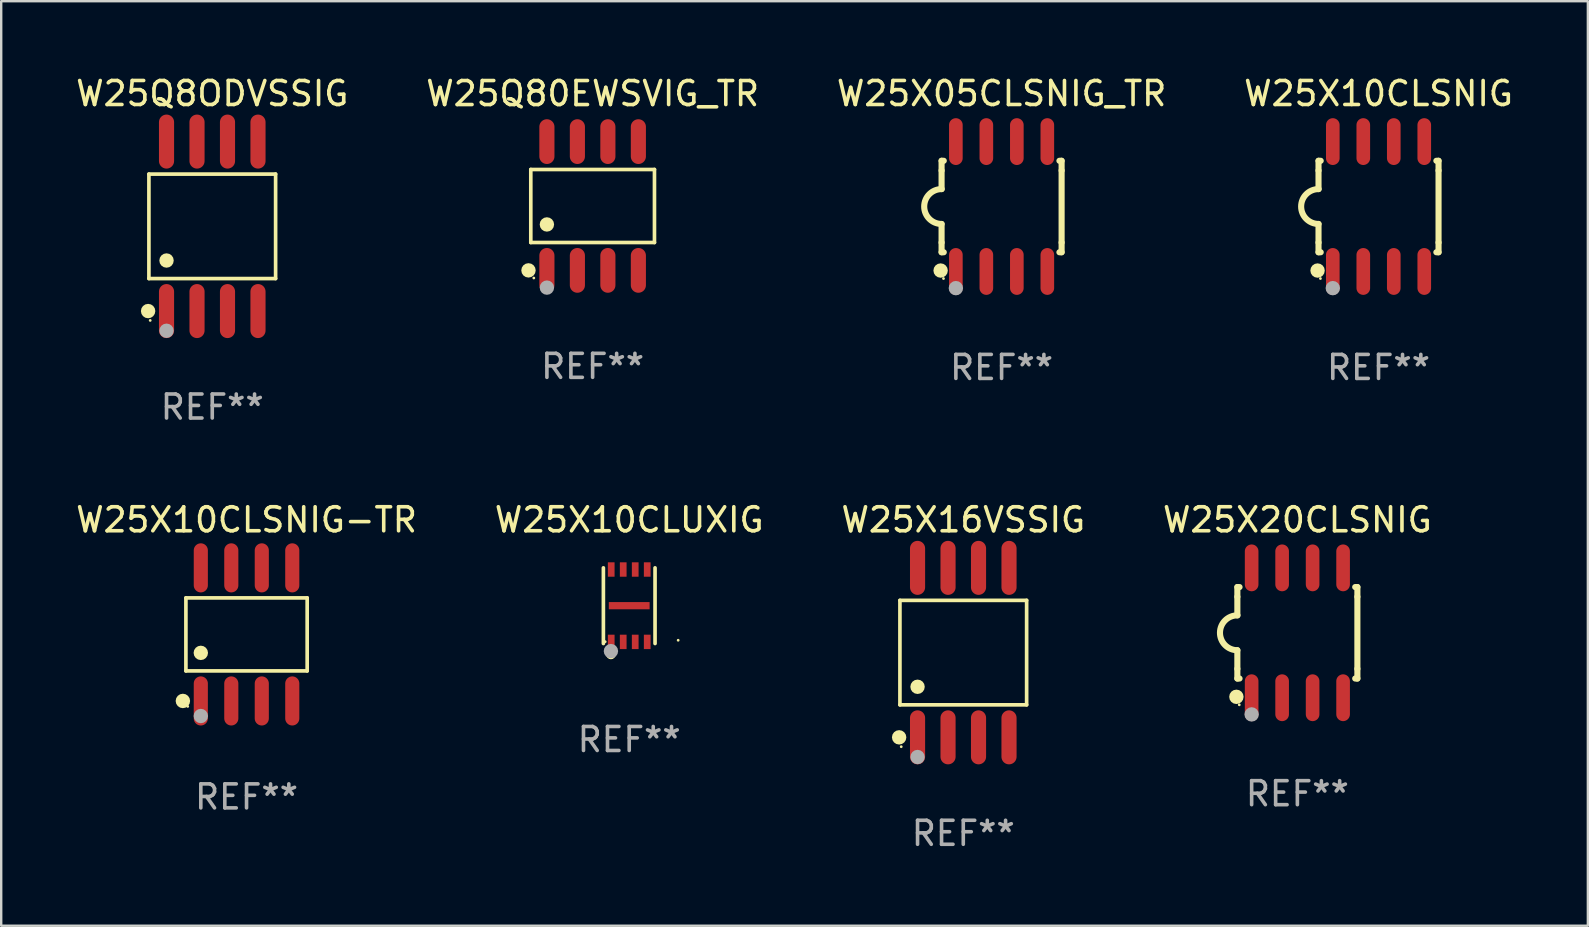
<source format=kicad_pcb>
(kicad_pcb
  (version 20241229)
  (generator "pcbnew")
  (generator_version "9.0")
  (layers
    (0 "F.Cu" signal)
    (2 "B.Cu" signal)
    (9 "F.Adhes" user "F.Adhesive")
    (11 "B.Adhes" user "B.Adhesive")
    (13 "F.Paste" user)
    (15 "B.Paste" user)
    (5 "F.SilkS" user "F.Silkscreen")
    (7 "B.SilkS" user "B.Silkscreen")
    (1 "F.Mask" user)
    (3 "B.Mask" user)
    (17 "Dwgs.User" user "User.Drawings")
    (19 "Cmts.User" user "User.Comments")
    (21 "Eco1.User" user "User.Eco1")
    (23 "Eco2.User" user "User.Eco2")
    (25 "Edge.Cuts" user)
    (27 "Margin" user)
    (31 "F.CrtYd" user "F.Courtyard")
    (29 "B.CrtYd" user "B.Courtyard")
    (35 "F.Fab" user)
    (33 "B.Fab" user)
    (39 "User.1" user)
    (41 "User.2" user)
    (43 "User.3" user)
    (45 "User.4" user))
  (footprint "W25X16VSSIG"
    (layer "F.Cu")
    (at 37.077 24.135)
    (property "Reference" "W25X16VSSIG" (at 0 -5.53 0) (layer "F.SilkS") (effects (font (size 1 1) (thickness 0.15))))
    (attr through_hole)
    (fp_line (start -2.639 -2.176) (end 2.639 -2.176) (stroke (width 0.152) (type solid)) (layer "F.SilkS"))
    (fp_line (start -2.639 2.176) (end -2.639 -2.176) (stroke (width 0.152) (type solid)) (layer "F.SilkS"))
    (fp_line (start 2.639 -2.176) (end 2.639 2.176) (stroke (width 0.152) (type solid)) (layer "F.SilkS"))
    (fp_line (start 2.639 2.176) (end -2.639 2.176) (stroke (width 0.152) (type solid)) (layer "F.SilkS"))
    (fp_circle (center -2.672 3.53) (end -2.522 3.53) (stroke (width 0.3) (type solid)) (fill no) (layer "F.SilkS"))
    (fp_circle (center -2.585 3.92) (end -2.555 3.92) (stroke (width 0.06) (type solid)) (fill no) (layer "F.SilkS"))
    (fp_circle (center -1.905 1.424) (end -1.755 1.424) (stroke (width 0.3) (type solid)) (fill no) (layer "F.SilkS"))
    (fp_circle (center -1.905 4.35) (end -1.755 4.35) (stroke (width 0.3) (type solid)) (fill no) (layer "F.Fab"))
    (fp_text user "REF**" (at 0 7.53 0) (layer "F.Fab") (effects (font (size 1 1) (thickness 0.15))))
    (pad "1" smd oval (at -1.905 3.53) (size 0.63 2.25) (layers "F.Cu" "F.Mask" "F.Paste"))
    (pad "2" smd oval (at -0.635 3.53) (size 0.63 2.25) (layers "F.Cu" "F.Mask" "F.Paste"))
    (pad "3" smd oval (at 0.635 3.53) (size 0.63 2.25) (layers "F.Cu" "F.Mask" "F.Paste"))
    (pad "4" smd oval (at 1.905 3.53) (size 0.63 2.25) (layers "F.Cu" "F.Mask" "F.Paste"))
    (pad "5" smd oval (at 1.905 -3.53) (size 0.63 2.25) (layers "F.Cu" "F.Mask" "F.Paste"))
    (pad "6" smd oval (at 0.635 -3.53) (size 0.63 2.25) (layers "F.Cu" "F.Mask" "F.Paste"))
    (pad "7" smd oval (at -0.635 -3.53) (size 0.63 2.25) (layers "F.Cu" "F.Mask" "F.Paste"))
    (pad "8" smd oval (at -1.905 -3.53) (size 0.63 2.25) (layers "F.Cu" "F.Mask" "F.Paste")))
  (footprint "W25Q80EWSVIG_TR"
    (layer "F.Cu")
    (at 21.637 5.531)
    (property "Reference" "W25Q80EWSVIG_TR" (at 0 -4.682 0) (layer "F.SilkS") (effects (font (size 1 1) (thickness 0.15))))
    (attr through_hole)
    (fp_line (start -2.576 -1.521) (end 2.576 -1.521) (stroke (width 0.152) (type solid)) (layer "F.SilkS"))
    (fp_line (start -2.576 1.521) (end -2.576 -1.521) (stroke (width 0.152) (type solid)) (layer "F.SilkS"))
    (fp_line (start 2.576 -1.521) (end 2.576 1.521) (stroke (width 0.152) (type solid)) (layer "F.SilkS"))
    (fp_line (start 2.576 1.521) (end -2.576 1.521) (stroke (width 0.152) (type solid)) (layer "F.SilkS"))
    (fp_circle (center -2.672 2.682) (end -2.522 2.682) (stroke (width 0.3) (type solid)) (fill no) (layer "F.SilkS"))
    (fp_circle (center -2.45 3) (end -2.42 3) (stroke (width 0.06) (type solid)) (fill no) (layer "F.SilkS"))
    (fp_circle (center -1.905 0.769) (end -1.755 0.769) (stroke (width 0.3) (type solid)) (fill no) (layer "F.SilkS"))
    (fp_circle (center -1.905 3.4) (end -1.755 3.4) (stroke (width 0.3) (type solid)) (fill no) (layer "F.Fab"))
    (fp_text user "REF**" (at 0 6.682 0) (layer "F.Fab") (effects (font (size 1 1) (thickness 0.15))))
    (pad "1" smd oval (at -1.905 2.682) (size 0.63 1.865) (layers "F.Cu" "F.Mask" "F.Paste"))
    (pad "2" smd oval (at -0.635 2.682) (size 0.63 1.865) (layers "F.Cu" "F.Mask" "F.Paste"))
    (pad "3" smd oval (at 0.635 2.682) (size 0.63 1.865) (layers "F.Cu" "F.Mask" "F.Paste"))
    (pad "4" smd oval (at 1.905 2.682) (size 0.63 1.865) (layers "F.Cu" "F.Mask" "F.Paste"))
    (pad "5" smd oval (at 1.905 -2.682) (size 0.63 1.865) (layers "F.Cu" "F.Mask" "F.Paste"))
    (pad "6" smd oval (at 0.635 -2.682) (size 0.63 1.865) (layers "F.Cu" "F.Mask" "F.Paste"))
    (pad "7" smd oval (at -0.635 -2.682) (size 0.63 1.865) (layers "F.Cu" "F.Mask" "F.Paste"))
    (pad "8" smd oval (at -1.905 -2.682) (size 0.63 1.865) (layers "F.Cu" "F.Mask" "F.Paste")))
  (footprint "W25X10CLSNIG-TR"
    (layer "F.Cu")
    (at 7.22 23.377)
    (property "Reference" "W25X10CLSNIG-TR" (at 0 -4.772 0) (layer "F.SilkS") (effects (font (size 1 1) (thickness 0.15))))
    (attr through_hole)
    (fp_line (start -2.526 -1.521) (end 2.526 -1.521) (stroke (width 0.152) (type solid)) (layer "F.SilkS"))
    (fp_line (start -2.526 1.521) (end -2.526 -1.521) (stroke (width 0.152) (type solid)) (layer "F.SilkS"))
    (fp_line (start 2.526 -1.521) (end 2.526 1.521) (stroke (width 0.152) (type solid)) (layer "F.SilkS"))
    (fp_line (start 2.526 1.521) (end -2.526 1.521) (stroke (width 0.152) (type solid)) (layer "F.SilkS"))
    (fp_circle (center -2.652 2.772) (end -2.501 2.772) (stroke (width 0.3) (type solid)) (fill no) (layer "F.SilkS"))
    (fp_circle (center -2.45 3) (end -2.42 3) (stroke (width 0.06) (type solid)) (fill no) (layer "F.SilkS"))
    (fp_circle (center -1.905 0.769) (end -1.755 0.769) (stroke (width 0.3) (type solid)) (fill no) (layer "F.SilkS"))
    (fp_circle (center -1.905 3.4) (end -1.755 3.4) (stroke (width 0.3) (type solid)) (fill no) (layer "F.Fab"))
    (fp_text user "REF**" (at 0 6.772 0) (layer "F.Fab") (effects (font (size 1 1) (thickness 0.15))))
    (pad "1" smd oval (at -1.905 2.772) (size 0.588 2.045) (layers "F.Cu" "F.Mask" "F.Paste"))
    (pad "2" smd oval (at -0.635 2.772) (size 0.588 2.045) (layers "F.Cu" "F.Mask" "F.Paste"))
    (pad "3" smd oval (at 0.635 2.772) (size 0.588 2.045) (layers "F.Cu" "F.Mask" "F.Paste"))
    (pad "4" smd oval (at 1.905 2.772) (size 0.588 2.045) (layers "F.Cu" "F.Mask" "F.Paste"))
    (pad "5" smd oval (at 1.905 -2.772) (size 0.588 2.045) (layers "F.Cu" "F.Mask" "F.Paste"))
    (pad "6" smd oval (at 0.635 -2.772) (size 0.588 2.045) (layers "F.Cu" "F.Mask" "F.Paste"))
    (pad "7" smd oval (at -0.635 -2.772) (size 0.588 2.045) (layers "F.Cu" "F.Mask" "F.Paste"))
    (pad "8" smd oval (at -1.905 -2.772) (size 0.588 2.045) (layers "F.Cu" "F.Mask" "F.Paste")))
  (footprint "W25Q8ODVSSIG"
    (layer "F.Cu")
    (at 5.792 6.378)
    (property "Reference" "W25Q8ODVSSIG" (at 0 -5.53 0) (layer "F.SilkS") (effects (font (size 1 1) (thickness 0.15))))
    (attr through_hole)
    (fp_line (start -2.639 -2.176) (end 2.639 -2.176) (stroke (width 0.152) (type solid)) (layer "F.SilkS"))
    (fp_line (start -2.639 2.176) (end -2.639 -2.176) (stroke (width 0.152) (type solid)) (layer "F.SilkS"))
    (fp_line (start 2.639 -2.176) (end 2.639 2.176) (stroke (width 0.152) (type solid)) (layer "F.SilkS"))
    (fp_line (start 2.639 2.176) (end -2.639 2.176) (stroke (width 0.152) (type solid)) (layer "F.SilkS"))
    (fp_circle (center -2.672 3.53) (end -2.522 3.53) (stroke (width 0.3) (type solid)) (fill no) (layer "F.SilkS"))
    (fp_circle (center -2.585 3.92) (end -2.555 3.92) (stroke (width 0.06) (type solid)) (fill no) (layer "F.SilkS"))
    (fp_circle (center -1.905 1.424) (end -1.755 1.424) (stroke (width 0.3) (type solid)) (fill no) (layer "F.SilkS"))
    (fp_circle (center -1.905 4.35) (end -1.755 4.35) (stroke (width 0.3) (type solid)) (fill no) (layer "F.Fab"))
    (fp_text user "REF**" (at 0 7.53 0) (layer "F.Fab") (effects (font (size 1 1) (thickness 0.15))))
    (pad "1" smd oval (at -1.905 3.53) (size 0.63 2.25) (layers "F.Cu" "F.Mask" "F.Paste"))
    (pad "2" smd oval (at -0.635 3.53) (size 0.63 2.25) (layers "F.Cu" "F.Mask" "F.Paste"))
    (pad "3" smd oval (at 0.635 3.53) (size 0.63 2.25) (layers "F.Cu" "F.Mask" "F.Paste"))
    (pad "4" smd oval (at 1.905 3.53) (size 0.63 2.25) (layers "F.Cu" "F.Mask" "F.Paste"))
    (pad "5" smd oval (at 1.905 -3.53) (size 0.63 2.25) (layers "F.Cu" "F.Mask" "F.Paste"))
    (pad "6" smd oval (at 0.635 -3.53) (size 0.63 2.25) (layers "F.Cu" "F.Mask" "F.Paste"))
    (pad "7" smd oval (at -0.635 -3.53) (size 0.63 2.25) (layers "F.Cu" "F.Mask" "F.Paste"))
    (pad "8" smd oval (at -1.905 -3.53) (size 0.63 2.25) (layers "F.Cu" "F.Mask" "F.Paste")))
  (footprint "W25X10CLSNIG"
    (layer "F.Cu")
    (at 54.375 5.553)
    (property "Reference" "W25X10CLSNIG" (at 0 -4.705 0) (layer "F.SilkS") (effects (font (size 1 1) (thickness 0.15))))
    (attr through_hole)
    (fp_line (start -2.5 -1.905) (end -2.409 -1.905) (stroke (width 0.254) (type solid)) (layer "F.SilkS"))
    (fp_line (start -2.5 -1.5) (end -2.5 -1.905) (stroke (width 0.254) (type solid)) (layer "F.SilkS"))
    (fp_line (start -2.5 -1.5) (end -2.5 -0.726) (stroke (width 0.254) (type solid)) (layer "F.SilkS"))
    (fp_line (start -2.5 1.5) (end -2.5 0.727) (stroke (width 0.254) (type solid)) (layer "F.SilkS"))
    (fp_line (start -2.5 1.5) (end -2.5 1.905) (stroke (width 0.254) (type solid)) (layer "F.SilkS"))
    (fp_line (start -2.5 1.905) (end -2.409 1.905) (stroke (width 0.254) (type solid)) (layer "F.SilkS"))
    (fp_line (start 2.5 -1.905) (end 2.409 -1.905) (stroke (width 0.254) (type solid)) (layer "F.SilkS"))
    (fp_line (start 2.5 -1.5) (end 2.5 -1.905) (stroke (width 0.254) (type solid)) (layer "F.SilkS"))
    (fp_line (start 2.5 -1.5) (end 2.5 1.5) (stroke (width 0.254) (type solid)) (layer "F.SilkS"))
    (fp_line (start 2.5 1.5) (end 2.5 1.905) (stroke (width 0.254) (type solid)) (layer "F.SilkS"))
    (fp_line (start 2.5 1.905) (end 2.409 1.905) (stroke (width 0.254) (type solid)) (layer "F.SilkS"))
    (fp_arc (start -2.5 0.726568) (mid -3.220316 -0.0023) (end -2.495097 -0.726289) (stroke (width 0.254001) (type solid)) (layer "F.SilkS"))
    (fp_circle (center -2.54 2.667) (end -2.39 2.667) (stroke (width 0.3) (type solid)) (fill no) (layer "F.SilkS"))
    (fp_circle (center -2.42 3) (end -2.39 3) (stroke (width 0.06) (type solid)) (fill no) (layer "F.SilkS"))
    (fp_circle (center -1.905 3.4) (end -1.755 3.4) (stroke (width 0.3) (type solid)) (fill no) (layer "F.Fab"))
    (fp_text user "REF**" (at 0 6.705 0) (layer "F.Fab") (effects (font (size 1 1) (thickness 0.15))))
    (pad "1" smd oval (at -1.905 2.705) (size 0.568 1.95) (layers "F.Cu" "F.Mask" "F.Paste"))
    (pad "2" smd oval (at -0.635 2.705) (size 0.568 1.95) (layers "F.Cu" "F.Mask" "F.Paste"))
    (pad "3" smd oval (at 0.635 2.705) (size 0.568 1.95) (layers "F.Cu" "F.Mask" "F.Paste"))
    (pad "4" smd oval (at 1.905 2.705) (size 0.568 1.95) (layers "F.Cu" "F.Mask" "F.Paste"))
    (pad "5" smd oval (at 1.905 -2.705) (size 0.568 1.95) (layers "F.Cu" "F.Mask" "F.Paste"))
    (pad "6" smd oval (at 0.635 -2.705) (size 0.568 1.95) (layers "F.Cu" "F.Mask" "F.Paste"))
    (pad "7" smd oval (at -0.635 -2.705) (size 0.568 1.95) (layers "F.Cu" "F.Mask" "F.Paste"))
    (pad "8" smd oval (at -1.905 -2.705) (size 0.568 1.95) (layers "F.Cu" "F.Mask" "F.Paste")))
  (footprint "W25X05CLSNIG_TR"
    (layer "F.Cu")
    (at 38.673 5.553)
    (property "Reference" "W25X05CLSNIG_TR" (at 0 -4.705 0) (layer "F.SilkS") (effects (font (size 1 1) (thickness 0.15))))
    (attr through_hole)
    (fp_line (start -2.5 -1.905) (end -2.409 -1.905) (stroke (width 0.254) (type solid)) (layer "F.SilkS"))
    (fp_line (start -2.5 -1.5) (end -2.5 -1.905) (stroke (width 0.254) (type solid)) (layer "F.SilkS"))
    (fp_line (start -2.5 -1.5) (end -2.5 -0.726) (stroke (width 0.254) (type solid)) (layer "F.SilkS"))
    (fp_line (start -2.5 1.5) (end -2.5 0.727) (stroke (width 0.254) (type solid)) (layer "F.SilkS"))
    (fp_line (start -2.5 1.5) (end -2.5 1.905) (stroke (width 0.254) (type solid)) (layer "F.SilkS"))
    (fp_line (start -2.5 1.905) (end -2.409 1.905) (stroke (width 0.254) (type solid)) (layer "F.SilkS"))
    (fp_line (start 2.5 -1.905) (end 2.409 -1.905) (stroke (width 0.254) (type solid)) (layer "F.SilkS"))
    (fp_line (start 2.5 -1.5) (end 2.5 -1.905) (stroke (width 0.254) (type solid)) (layer "F.SilkS"))
    (fp_line (start 2.5 -1.5) (end 2.5 1.5) (stroke (width 0.254) (type solid)) (layer "F.SilkS"))
    (fp_line (start 2.5 1.5) (end 2.5 1.905) (stroke (width 0.254) (type solid)) (layer "F.SilkS"))
    (fp_line (start 2.5 1.905) (end 2.409 1.905) (stroke (width 0.254) (type solid)) (layer "F.SilkS"))
    (fp_arc (start -2.5 0.726568) (mid -3.220316 -0.0023) (end -2.495097 -0.726289) (stroke (width 0.254001) (type solid)) (layer "F.SilkS"))
    (fp_circle (center -2.54 2.667) (end -2.39 2.667) (stroke (width 0.3) (type solid)) (fill no) (layer "F.SilkS"))
    (fp_circle (center -2.42 3) (end -2.39 3) (stroke (width 0.06) (type solid)) (fill no) (layer "F.SilkS"))
    (fp_circle (center -1.905 3.4) (end -1.755 3.4) (stroke (width 0.3) (type solid)) (fill no) (layer "F.Fab"))
    (fp_text user "REF**" (at 0 6.705 0) (layer "F.Fab") (effects (font (size 1 1) (thickness 0.15))))
    (pad "1" smd oval (at -1.905 2.705) (size 0.568 1.95) (layers "F.Cu" "F.Mask" "F.Paste"))
    (pad "2" smd oval (at -0.635 2.705) (size 0.568 1.95) (layers "F.Cu" "F.Mask" "F.Paste"))
    (pad "3" smd oval (at 0.635 2.705) (size 0.568 1.95) (layers "F.Cu" "F.Mask" "F.Paste"))
    (pad "4" smd oval (at 1.905 2.705) (size 0.568 1.95) (layers "F.Cu" "F.Mask" "F.Paste"))
    (pad "5" smd oval (at 1.905 -2.705) (size 0.568 1.95) (layers "F.Cu" "F.Mask" "F.Paste"))
    (pad "6" smd oval (at 0.635 -2.705) (size 0.568 1.95) (layers "F.Cu" "F.Mask" "F.Paste"))
    (pad "7" smd oval (at -0.635 -2.705) (size 0.568 1.95) (layers "F.Cu" "F.Mask" "F.Paste"))
    (pad "8" smd oval (at -1.905 -2.705) (size 0.568 1.95) (layers "F.Cu" "F.Mask" "F.Paste")))
  (footprint "W25X20CLSNIG"
    (layer "F.Cu")
    (at 50.994 23.31)
    (property "Reference" "W25X20CLSNIG" (at 0 -4.705 0) (layer "F.SilkS") (effects (font (size 1 1) (thickness 0.15))))
    (attr through_hole)
    (fp_line (start -2.5 -1.905) (end -2.409 -1.905) (stroke (width 0.254) (type solid)) (layer "F.SilkS"))
    (fp_line (start -2.5 -1.5) (end -2.5 -1.905) (stroke (width 0.254) (type solid)) (layer "F.SilkS"))
    (fp_line (start -2.5 -1.5) (end -2.5 -0.726) (stroke (width 0.254) (type solid)) (layer "F.SilkS"))
    (fp_line (start -2.5 1.5) (end -2.5 0.727) (stroke (width 0.254) (type solid)) (layer "F.SilkS"))
    (fp_line (start -2.5 1.5) (end -2.5 1.905) (stroke (width 0.254) (type solid)) (layer "F.SilkS"))
    (fp_line (start -2.5 1.905) (end -2.409 1.905) (stroke (width 0.254) (type solid)) (layer "F.SilkS"))
    (fp_line (start 2.5 -1.905) (end 2.409 -1.905) (stroke (width 0.254) (type solid)) (layer "F.SilkS"))
    (fp_line (start 2.5 -1.5) (end 2.5 -1.905) (stroke (width 0.254) (type solid)) (layer "F.SilkS"))
    (fp_line (start 2.5 -1.5) (end 2.5 1.5) (stroke (width 0.254) (type solid)) (layer "F.SilkS"))
    (fp_line (start 2.5 1.5) (end 2.5 1.905) (stroke (width 0.254) (type solid)) (layer "F.SilkS"))
    (fp_line (start 2.5 1.905) (end 2.409 1.905) (stroke (width 0.254) (type solid)) (layer "F.SilkS"))
    (fp_arc (start -2.5 0.726568) (mid -3.220316 -0.0023) (end -2.495097 -0.726289) (stroke (width 0.254001) (type solid)) (layer "F.SilkS"))
    (fp_circle (center -2.54 2.667) (end -2.39 2.667) (stroke (width 0.3) (type solid)) (fill no) (layer "F.SilkS"))
    (fp_circle (center -2.42 3) (end -2.39 3) (stroke (width 0.06) (type solid)) (fill no) (layer "F.SilkS"))
    (fp_circle (center -1.905 3.4) (end -1.755 3.4) (stroke (width 0.3) (type solid)) (fill no) (layer "F.Fab"))
    (fp_text user "REF**" (at 0 6.705 0) (layer "F.Fab") (effects (font (size 1 1) (thickness 0.15))))
    (pad "1" smd oval (at -1.905 2.705) (size 0.568 1.95) (layers "F.Cu" "F.Mask" "F.Paste"))
    (pad "2" smd oval (at -0.635 2.705) (size 0.568 1.95) (layers "F.Cu" "F.Mask" "F.Paste"))
    (pad "3" smd oval (at 0.635 2.705) (size 0.568 1.95) (layers "F.Cu" "F.Mask" "F.Paste"))
    (pad "4" smd oval (at 1.905 2.705) (size 0.568 1.95) (layers "F.Cu" "F.Mask" "F.Paste"))
    (pad "5" smd oval (at 1.905 -2.705) (size 0.568 1.95) (layers "F.Cu" "F.Mask" "F.Paste"))
    (pad "6" smd oval (at 0.635 -2.705) (size 0.568 1.95) (layers "F.Cu" "F.Mask" "F.Paste"))
    (pad "7" smd oval (at -0.635 -2.705) (size 0.568 1.95) (layers "F.Cu" "F.Mask" "F.Paste"))
    (pad "8" smd oval (at -1.905 -2.705) (size 0.568 1.95) (layers "F.Cu" "F.Mask" "F.Paste")))
  (footprint "W25X10CLUXIG"
    (layer "F.Cu")
    (at 23.161 22.181)
    (property "Reference" "W25X10CLUXIG" (at 0 -3.576 0) (layer "F.SilkS") (effects (font (size 1 1) (thickness 0.15))))
    (attr through_hole)
    (fp_line (start -1.076 -1.576) (end -1.076 1.576) (stroke (width 0.152) (type solid)) (layer "F.SilkS"))
    (fp_line (start 1.076 1.576) (end 1.076 -1.576) (stroke (width 0.152) (type solid)) (layer "F.SilkS"))
    (fp_circle (center -1 1.5) (end -0.97 1.5) (stroke (width 0.06) (type solid)) (fill no) (layer "F.SilkS"))
    (fp_circle (center -0.762 2.032) (end -0.662 2.032) (stroke (width 0.2) (type solid)) (fill no) (layer "F.SilkS"))
    (fp_circle (center 2.039 1.44) (end 2.069 1.44) (stroke (width 0.06) (type solid)) (fill no) (layer "F.SilkS"))
    (fp_circle (center -0.762 1.892) (end -0.612 1.892) (stroke (width 0.3) (type solid)) (fill no) (layer "F.Fab"))
    (fp_text user "REF**" (at 0 5.576 0) (layer "F.Fab") (effects (font (size 1 1) (thickness 0.15))))
    (pad "1" smd rect (at -0.75 1.508 270) (size 0.6 0.28) (layers "F.Cu" "F.Mask" "F.Paste"))
    (pad "2" smd rect (at -0.25 1.508 270) (size 0.6 0.28) (layers "F.Cu" "F.Mask" "F.Paste"))
    (pad "3" smd rect (at 0.25 1.508 270) (size 0.6 0.28) (layers "F.Cu" "F.Mask" "F.Paste"))
    (pad "4" smd rect (at 0.75 1.508 270) (size 0.6 0.28) (layers "F.Cu" "F.Mask" "F.Paste"))
    (pad "5" smd rect (at 0.75 -1.507 270) (size 0.6 0.28) (layers "F.Cu" "F.Mask" "F.Paste"))
    (pad "6" smd rect (at 0.25 -1.507 270) (size 0.6 0.28) (layers "F.Cu" "F.Mask" "F.Paste"))
    (pad "7" smd rect (at -0.25 -1.507 270) (size 0.6 0.28) (layers "F.Cu" "F.Mask" "F.Paste"))
    (pad "8" smd rect (at -0.75 -1.507 270) (size 0.6 0.28) (layers "F.Cu" "F.Mask" "F.Paste"))
    (pad "9" smd rect (at -0.000089 0.00014 90) (size 0.3 1.7) (layers "F.Cu" "F.Mask" "F.Paste")))
  (gr_rect
    (start -3 -3)
    (end 63.095 35.513)
    (stroke (width 0.1) (type default))
    (fill no)
    (layer "Edge.Cuts")))
</source>
